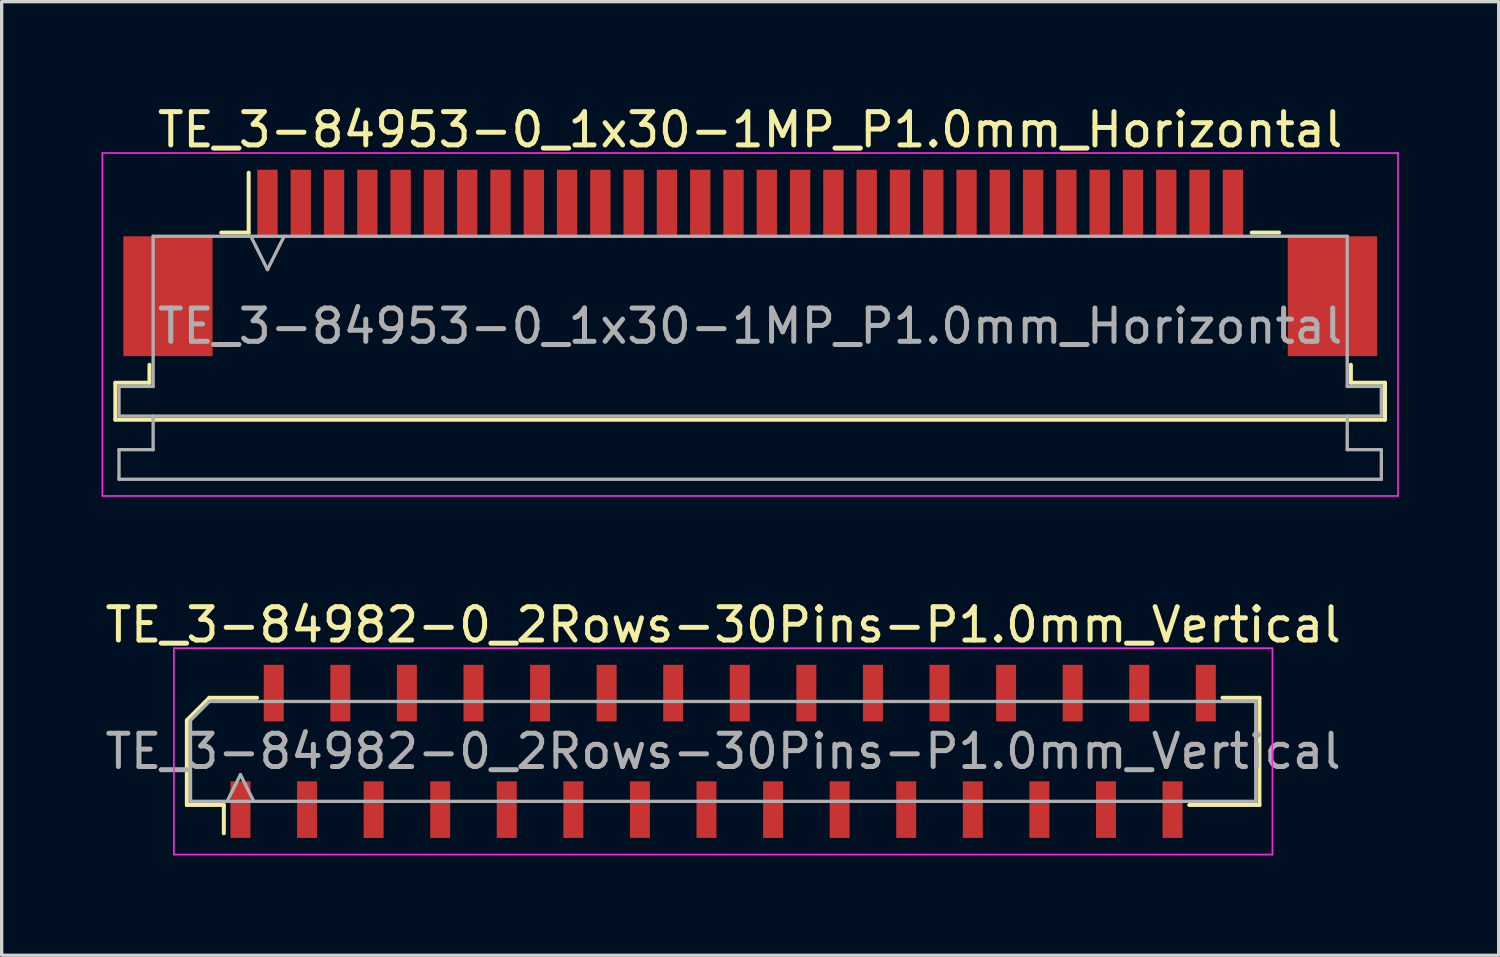
<source format=kicad_pcb>
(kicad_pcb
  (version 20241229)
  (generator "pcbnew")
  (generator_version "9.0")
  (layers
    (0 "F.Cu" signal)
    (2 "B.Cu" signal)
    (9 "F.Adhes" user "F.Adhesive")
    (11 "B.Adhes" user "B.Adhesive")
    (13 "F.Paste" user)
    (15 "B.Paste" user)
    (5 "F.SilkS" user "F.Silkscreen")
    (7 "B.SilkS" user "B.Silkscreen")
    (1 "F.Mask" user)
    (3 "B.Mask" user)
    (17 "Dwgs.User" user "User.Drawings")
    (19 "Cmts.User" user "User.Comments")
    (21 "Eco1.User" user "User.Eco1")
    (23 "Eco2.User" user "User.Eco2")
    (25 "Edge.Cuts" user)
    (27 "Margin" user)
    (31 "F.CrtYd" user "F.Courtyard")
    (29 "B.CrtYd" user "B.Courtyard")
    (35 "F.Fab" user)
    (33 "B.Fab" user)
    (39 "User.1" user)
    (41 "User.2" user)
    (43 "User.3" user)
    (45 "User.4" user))
  (footprint "TE_3-84982-0_2Rows-30Pins-P1.0mm_Vertical"
    (layer "F.Cu")
    (at 18.673 19.521)
    (property "Reference" "TE_3-84982-0_2Rows-30Pins-P1.0mm_Vertical" (at 0 -3.8 0) (layer "F.SilkS") (effects (font (size 1 1) (thickness 0.15))))
    (attr smd)
    (fp_line (start -16.11 -0.934) (end -16.11 1.61) (stroke (width 0.12) (type solid)) (layer "F.SilkS"))
    (fp_line (start -16.11 1.61) (end -15 1.61) (stroke (width 0.12) (type solid)) (layer "F.SilkS"))
    (fp_line (start -15.434 -1.61) (end -16.11 -0.934) (stroke (width 0.12) (type solid)) (layer "F.SilkS"))
    (fp_line (start -15 1.61) (end -15 2.46) (stroke (width 0.12) (type solid)) (layer "F.SilkS"))
    (fp_line (start -14 -1.61) (end -15.434 -1.61) (stroke (width 0.12) (type solid)) (layer "F.SilkS"))
    (fp_line (start 14 1.61) (end 16.11 1.61) (stroke (width 0.12) (type solid)) (layer "F.SilkS"))
    (fp_line (start 16.11 -1.61) (end 15 -1.61) (stroke (width 0.12) (type solid)) (layer "F.SilkS"))
    (fp_line (start 16.11 1.61) (end 16.11 -1.61) (stroke (width 0.12) (type solid)) (layer "F.SilkS"))
    (fp_line (start -16.5 -3.1) (end 16.5 -3.1) (stroke (width 0.05) (type solid)) (layer "F.CrtYd"))
    (fp_line (start -16.5 3.1) (end -16.5 -3.1) (stroke (width 0.05) (type solid)) (layer "F.CrtYd"))
    (fp_line (start 16.5 -3.1) (end 16.5 3.1) (stroke (width 0.05) (type solid)) (layer "F.CrtYd"))
    (fp_line (start 16.5 3.1) (end -16.5 3.1) (stroke (width 0.05) (type solid)) (layer "F.CrtYd"))
    (fp_line (start -16 -0.934) (end -16 1.5) (stroke (width 0.1) (type solid)) (layer "F.Fab"))
    (fp_line (start -16 1.5) (end 16 1.5) (stroke (width 0.1) (type solid)) (layer "F.Fab"))
    (fp_line (start -15.434 -1.5) (end -16 -0.934) (stroke (width 0.1) (type solid)) (layer "F.Fab"))
    (fp_line (start -14.9 1.5) (end -14.5 0.7) (stroke (width 0.1) (type solid)) (layer "F.Fab"))
    (fp_line (start -14.5 0.7) (end -14.1 1.5) (stroke (width 0.1) (type solid)) (layer "F.Fab"))
    (fp_line (start 16 -1.5) (end -15.434 -1.5) (stroke (width 0.1) (type solid)) (layer "F.Fab"))
    (fp_line (start 16 1.5) (end 16 -1.5) (stroke (width 0.1) (type solid)) (layer "F.Fab"))
    (fp_text user "${REFERENCE}" (at 0 0 0) (layer "F.Fab") (effects (font (size 1 1) (thickness 0.15))))
    (pad "1" smd rect (at -14.5 1.75) (size 0.6 1.7) (layers "F.Cu" "F.Mask" "F.Paste"))
    (pad "2" smd rect (at -13.5 -1.75) (size 0.6 1.7) (layers "F.Cu" "F.Mask" "F.Paste"))
    (pad "3" smd rect (at -12.5 1.75) (size 0.6 1.7) (layers "F.Cu" "F.Mask" "F.Paste"))
    (pad "4" smd rect (at -11.5 -1.75) (size 0.6 1.7) (layers "F.Cu" "F.Mask" "F.Paste"))
    (pad "5" smd rect (at -10.5 1.75) (size 0.6 1.7) (layers "F.Cu" "F.Mask" "F.Paste"))
    (pad "6" smd rect (at -9.5 -1.75) (size 0.6 1.7) (layers "F.Cu" "F.Mask" "F.Paste"))
    (pad "7" smd rect (at -8.5 1.75) (size 0.6 1.7) (layers "F.Cu" "F.Mask" "F.Paste"))
    (pad "8" smd rect (at -7.5 -1.75) (size 0.6 1.7) (layers "F.Cu" "F.Mask" "F.Paste"))
    (pad "9" smd rect (at -6.5 1.75) (size 0.6 1.7) (layers "F.Cu" "F.Mask" "F.Paste"))
    (pad "10" smd rect (at -5.5 -1.75) (size 0.6 1.7) (layers "F.Cu" "F.Mask" "F.Paste"))
    (pad "11" smd rect (at -4.5 1.75) (size 0.6 1.7) (layers "F.Cu" "F.Mask" "F.Paste"))
    (pad "12" smd rect (at -3.5 -1.75) (size 0.6 1.7) (layers "F.Cu" "F.Mask" "F.Paste"))
    (pad "13" smd rect (at -2.5 1.75) (size 0.6 1.7) (layers "F.Cu" "F.Mask" "F.Paste"))
    (pad "14" smd rect (at -1.5 -1.75) (size 0.6 1.7) (layers "F.Cu" "F.Mask" "F.Paste"))
    (pad "15" smd rect (at -0.5 1.75) (size 0.6 1.7) (layers "F.Cu" "F.Mask" "F.Paste"))
    (pad "16" smd rect (at 0.5 -1.75) (size 0.6 1.7) (layers "F.Cu" "F.Mask" "F.Paste"))
    (pad "17" smd rect (at 1.5 1.75) (size 0.6 1.7) (layers "F.Cu" "F.Mask" "F.Paste"))
    (pad "18" smd rect (at 2.5 -1.75) (size 0.6 1.7) (layers "F.Cu" "F.Mask" "F.Paste"))
    (pad "19" smd rect (at 3.5 1.75) (size 0.6 1.7) (layers "F.Cu" "F.Mask" "F.Paste"))
    (pad "20" smd rect (at 4.5 -1.75) (size 0.6 1.7) (layers "F.Cu" "F.Mask" "F.Paste"))
    (pad "21" smd rect (at 5.5 1.75) (size 0.6 1.7) (layers "F.Cu" "F.Mask" "F.Paste"))
    (pad "22" smd rect (at 6.5 -1.75) (size 0.6 1.7) (layers "F.Cu" "F.Mask" "F.Paste"))
    (pad "23" smd rect (at 7.5 1.75) (size 0.6 1.7) (layers "F.Cu" "F.Mask" "F.Paste"))
    (pad "24" smd rect (at 8.5 -1.75) (size 0.6 1.7) (layers "F.Cu" "F.Mask" "F.Paste"))
    (pad "25" smd rect (at 9.5 1.75) (size 0.6 1.7) (layers "F.Cu" "F.Mask" "F.Paste"))
    (pad "26" smd rect (at 10.5 -1.75) (size 0.6 1.7) (layers "F.Cu" "F.Mask" "F.Paste"))
    (pad "27" smd rect (at 11.5 1.75) (size 0.6 1.7) (layers "F.Cu" "F.Mask" "F.Paste"))
    (pad "28" smd rect (at 12.5 -1.75) (size 0.6 1.7) (layers "F.Cu" "F.Mask" "F.Paste"))
    (pad "29" smd rect (at 13.5 1.75) (size 0.6 1.7) (layers "F.Cu" "F.Mask" "F.Paste"))
    (pad "30" smd rect (at 14.5 -1.75) (size 0.6 1.7) (layers "F.Cu" "F.Mask" "F.Paste")))
  (footprint "TE_3-84953-0_1x30-1MP_P1.0mm_Horizontal"
    (layer "F.Cu")
    (at 19.485 4.848)
    (property "Reference" "TE_3-84953-0_1x30-1MP_P1.0mm_Horizontal" (at 0 -4 0) (layer "F.SilkS") (effects (font (size 1 1) (thickness 0.15))))
    (attr smd)
    (fp_line (start -19.07 3.6) (end -18.045 3.6) (stroke (width 0.12) (type solid)) (layer "F.SilkS"))
    (fp_line (start -19.07 4.71) (end -19.07 3.6) (stroke (width 0.12) (type solid)) (layer "F.SilkS"))
    (fp_line (start -18.045 3.6) (end -18.045 3.06) (stroke (width 0.12) (type solid)) (layer "F.SilkS"))
    (fp_line (start -15.89 -0.91) (end -15.065 -0.91) (stroke (width 0.12) (type solid)) (layer "F.SilkS"))
    (fp_line (start -15.065 -0.91) (end -15.065 -2.71) (stroke (width 0.12) (type solid)) (layer "F.SilkS"))
    (fp_line (start 15.065 -0.91) (end 15.89 -0.91) (stroke (width 0.12) (type solid)) (layer "F.SilkS"))
    (fp_line (start 18.045 3.06) (end 18.045 3.6) (stroke (width 0.12) (type solid)) (layer "F.SilkS"))
    (fp_line (start 18.045 3.6) (end 19.07 3.6) (stroke (width 0.12) (type solid)) (layer "F.SilkS"))
    (fp_line (start 19.07 3.6) (end 19.07 4.71) (stroke (width 0.12) (type solid)) (layer "F.SilkS"))
    (fp_line (start 19.07 4.71) (end -19.07 4.71) (stroke (width 0.12) (type solid)) (layer "F.SilkS"))
    (fp_line (start -19.46 -3.3) (end -19.46 7) (stroke (width 0.05) (type solid)) (layer "F.CrtYd"))
    (fp_line (start -19.46 7) (end 19.46 7) (stroke (width 0.05) (type solid)) (layer "F.CrtYd"))
    (fp_line (start 19.46 -3.3) (end -19.46 -3.3) (stroke (width 0.05) (type solid)) (layer "F.CrtYd"))
    (fp_line (start 19.46 7) (end 19.46 -3.3) (stroke (width 0.05) (type solid)) (layer "F.CrtYd"))
    (fp_line (start -18.96 3.71) (end -17.935 3.71) (stroke (width 0.1) (type solid)) (layer "F.Fab"))
    (fp_line (start -18.96 4.6) (end -18.96 3.71) (stroke (width 0.1) (type solid)) (layer "F.Fab"))
    (fp_line (start -18.96 5.61) (end -17.935 5.61) (stroke (width 0.1) (type solid)) (layer "F.Fab"))
    (fp_line (start -18.96 6.5) (end -18.96 5.61) (stroke (width 0.1) (type solid)) (layer "F.Fab"))
    (fp_line (start -17.935 -0.8) (end 17.935 -0.8) (stroke (width 0.1) (type solid)) (layer "F.Fab"))
    (fp_line (start -17.935 3.71) (end -17.935 -0.8) (stroke (width 0.1) (type solid)) (layer "F.Fab"))
    (fp_line (start -17.935 5.61) (end -17.935 4.6) (stroke (width 0.1) (type solid)) (layer "F.Fab"))
    (fp_line (start -15 -0.8) (end -14.5 0.2) (stroke (width 0.1) (type solid)) (layer "F.Fab"))
    (fp_line (start -14.5 0.2) (end -14 -0.8) (stroke (width 0.1) (type solid)) (layer "F.Fab"))
    (fp_line (start 17.935 -0.8) (end 17.935 3.71) (stroke (width 0.1) (type solid)) (layer "F.Fab"))
    (fp_line (start 17.935 3.71) (end 18.96 3.71) (stroke (width 0.1) (type solid)) (layer "F.Fab"))
    (fp_line (start 17.935 4.6) (end 17.935 5.61) (stroke (width 0.1) (type solid)) (layer "F.Fab"))
    (fp_line (start 17.935 5.61) (end 18.96 5.61) (stroke (width 0.1) (type solid)) (layer "F.Fab"))
    (fp_line (start 18.96 3.71) (end 18.96 4.6) (stroke (width 0.1) (type solid)) (layer "F.Fab"))
    (fp_line (start 18.96 4.6) (end -18.96 4.6) (stroke (width 0.1) (type solid)) (layer "F.Fab"))
    (fp_line (start 18.96 5.61) (end 18.96 6.5) (stroke (width 0.1) (type solid)) (layer "F.Fab"))
    (fp_line (start 18.96 6.5) (end -18.96 6.5) (stroke (width 0.1) (type solid)) (layer "F.Fab"))
    (fp_text user "${REFERENCE}" (at 0 1.9 0) (layer "F.Fab") (effects (font (size 1 1) (thickness 0.15))))
    (pad "1" smd rect (at -14.5 -1.8) (size 0.61 2) (layers "F.Cu" "F.Mask" "F.Paste"))
    (pad "2" smd rect (at -13.5 -1.8) (size 0.61 2) (layers "F.Cu" "F.Mask" "F.Paste"))
    (pad "3" smd rect (at -12.5 -1.8) (size 0.61 2) (layers "F.Cu" "F.Mask" "F.Paste"))
    (pad "4" smd rect (at -11.5 -1.8) (size 0.61 2) (layers "F.Cu" "F.Mask" "F.Paste"))
    (pad "5" smd rect (at -10.5 -1.8) (size 0.61 2) (layers "F.Cu" "F.Mask" "F.Paste"))
    (pad "6" smd rect (at -9.5 -1.8) (size 0.61 2) (layers "F.Cu" "F.Mask" "F.Paste"))
    (pad "7" smd rect (at -8.5 -1.8) (size 0.61 2) (layers "F.Cu" "F.Mask" "F.Paste"))
    (pad "8" smd rect (at -7.5 -1.8) (size 0.61 2) (layers "F.Cu" "F.Mask" "F.Paste"))
    (pad "9" smd rect (at -6.5 -1.8) (size 0.61 2) (layers "F.Cu" "F.Mask" "F.Paste"))
    (pad "10" smd rect (at -5.5 -1.8) (size 0.61 2) (layers "F.Cu" "F.Mask" "F.Paste"))
    (pad "11" smd rect (at -4.5 -1.8) (size 0.61 2) (layers "F.Cu" "F.Mask" "F.Paste"))
    (pad "12" smd rect (at -3.5 -1.8) (size 0.61 2) (layers "F.Cu" "F.Mask" "F.Paste"))
    (pad "13" smd rect (at -2.5 -1.8) (size 0.61 2) (layers "F.Cu" "F.Mask" "F.Paste"))
    (pad "14" smd rect (at -1.5 -1.8) (size 0.61 2) (layers "F.Cu" "F.Mask" "F.Paste"))
    (pad "15" smd rect (at -0.5 -1.8) (size 0.61 2) (layers "F.Cu" "F.Mask" "F.Paste"))
    (pad "16" smd rect (at 0.5 -1.8) (size 0.61 2) (layers "F.Cu" "F.Mask" "F.Paste"))
    (pad "17" smd rect (at 1.5 -1.8) (size 0.61 2) (layers "F.Cu" "F.Mask" "F.Paste"))
    (pad "18" smd rect (at 2.5 -1.8) (size 0.61 2) (layers "F.Cu" "F.Mask" "F.Paste"))
    (pad "19" smd rect (at 3.5 -1.8) (size 0.61 2) (layers "F.Cu" "F.Mask" "F.Paste"))
    (pad "20" smd rect (at 4.5 -1.8) (size 0.61 2) (layers "F.Cu" "F.Mask" "F.Paste"))
    (pad "21" smd rect (at 5.5 -1.8) (size 0.61 2) (layers "F.Cu" "F.Mask" "F.Paste"))
    (pad "22" smd rect (at 6.5 -1.8) (size 0.61 2) (layers "F.Cu" "F.Mask" "F.Paste"))
    (pad "23" smd rect (at 7.5 -1.8) (size 0.61 2) (layers "F.Cu" "F.Mask" "F.Paste"))
    (pad "24" smd rect (at 8.5 -1.8) (size 0.61 2) (layers "F.Cu" "F.Mask" "F.Paste"))
    (pad "25" smd rect (at 9.5 -1.8) (size 0.61 2) (layers "F.Cu" "F.Mask" "F.Paste"))
    (pad "26" smd rect (at 10.5 -1.8) (size 0.61 2) (layers "F.Cu" "F.Mask" "F.Paste"))
    (pad "27" smd rect (at 11.5 -1.8) (size 0.61 2) (layers "F.Cu" "F.Mask" "F.Paste"))
    (pad "28" smd rect (at 12.5 -1.8) (size 0.61 2) (layers "F.Cu" "F.Mask" "F.Paste"))
    (pad "29" smd rect (at 13.5 -1.8) (size 0.61 2) (layers "F.Cu" "F.Mask" "F.Paste"))
    (pad "30" smd rect (at 14.5 -1.8) (size 0.61 2) (layers "F.Cu" "F.Mask" "F.Paste"))
    (pad "MP" smd rect (at -17.49 1) (size 2.68 3.6) (layers "F.Cu" "F.Mask" "F.Paste"))
    (pad "MP" smd rect (at 17.49 1) (size 2.68 3.6) (layers "F.Cu" "F.Mask" "F.Paste")))
  (gr_rect
    (start -3 -3)
    (end 41.97 25.646)
    (stroke (width 0.1) (type default))
    (fill no)
    (layer "Edge.Cuts")))
</source>
